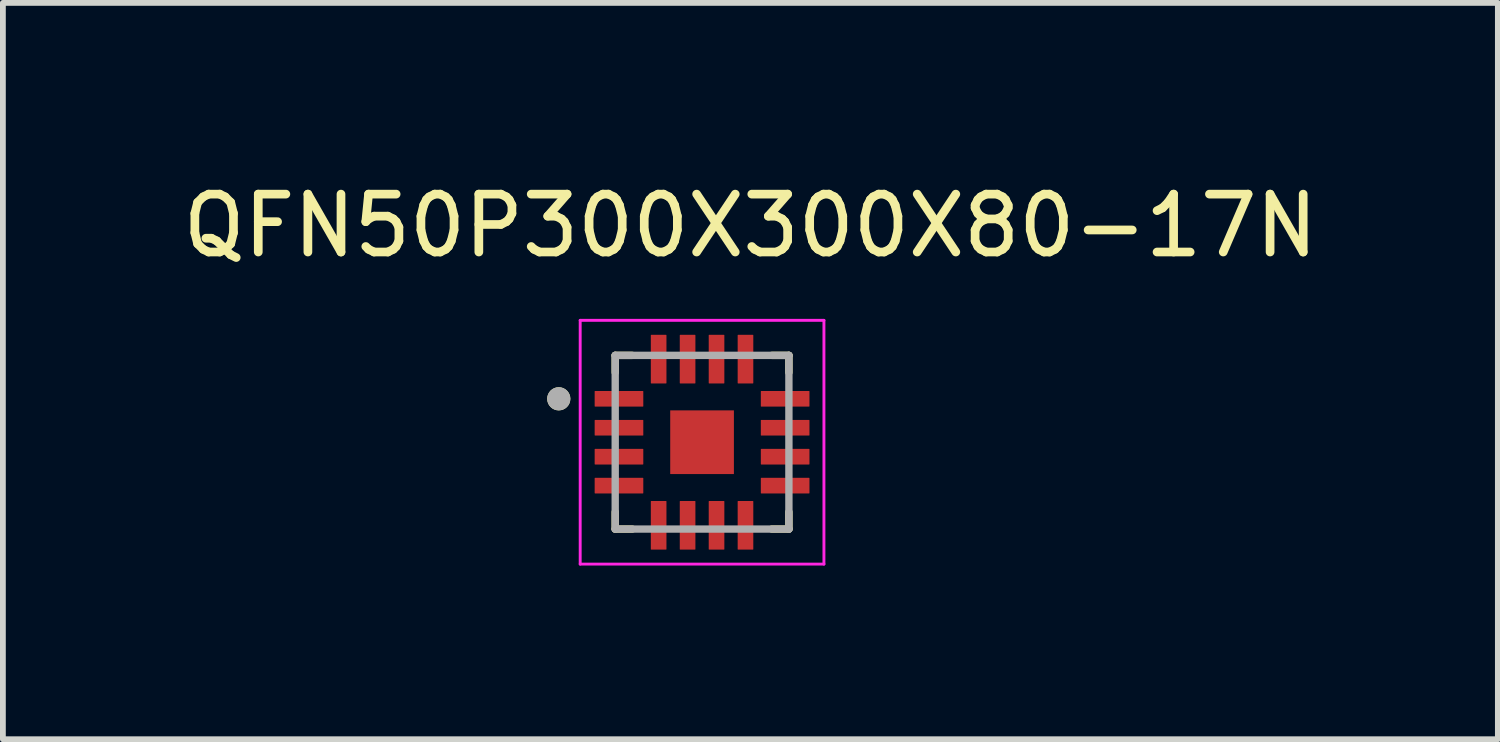
<source format=kicad_pcb>
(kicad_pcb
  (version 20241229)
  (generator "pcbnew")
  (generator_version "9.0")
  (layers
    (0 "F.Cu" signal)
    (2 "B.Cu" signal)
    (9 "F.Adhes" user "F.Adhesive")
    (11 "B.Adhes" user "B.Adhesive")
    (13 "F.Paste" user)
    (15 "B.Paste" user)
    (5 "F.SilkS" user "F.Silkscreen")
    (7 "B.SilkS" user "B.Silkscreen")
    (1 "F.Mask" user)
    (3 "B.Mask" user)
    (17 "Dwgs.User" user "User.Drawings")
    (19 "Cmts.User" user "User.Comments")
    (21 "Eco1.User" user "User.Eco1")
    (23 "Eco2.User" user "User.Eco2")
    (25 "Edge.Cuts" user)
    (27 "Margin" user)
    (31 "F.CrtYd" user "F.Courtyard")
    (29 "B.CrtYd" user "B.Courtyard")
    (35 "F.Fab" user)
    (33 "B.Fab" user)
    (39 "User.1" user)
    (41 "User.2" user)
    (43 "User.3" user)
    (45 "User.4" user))
  (footprint "QFN50P300X300X80-17N"
    (layer "F.Cu")
    (at 9.076 4.588)
    (property "Reference" "QFN50P300X300X80-17N" (at 0.835 -3.74 0) (layer "F.SilkS") (effects (font (size 1 1) (thickness 0.15))))
    (attr smd)
    (fp_line (start -1.5 -1.5) (end -1.5 -1.205) (stroke (width 0.127) (type solid)) (layer "F.SilkS"))
    (fp_line (start -1.5 -1.5) (end -1.205 -1.5) (stroke (width 0.127) (type solid)) (layer "F.SilkS"))
    (fp_line (start -1.5 1.5) (end -1.5 1.205) (stroke (width 0.127) (type solid)) (layer "F.SilkS"))
    (fp_line (start -1.5 1.5) (end -1.205 1.5) (stroke (width 0.127) (type solid)) (layer "F.SilkS"))
    (fp_line (start 1.5 -1.5) (end 1.205 -1.5) (stroke (width 0.127) (type solid)) (layer "F.SilkS"))
    (fp_line (start 1.5 -1.5) (end 1.5 -1.205) (stroke (width 0.127) (type solid)) (layer "F.SilkS"))
    (fp_line (start 1.5 1.5) (end 1.205 1.5) (stroke (width 0.127) (type solid)) (layer "F.SilkS"))
    (fp_line (start 1.5 1.5) (end 1.5 1.205) (stroke (width 0.127) (type solid)) (layer "F.SilkS"))
    (fp_circle (center -2.475 -0.75) (end -2.375 -0.75) (stroke (width 0.2) (type solid)) (fill no) (layer "F.SilkS"))
    (fp_poly (pts (xy -0.35 -0.35) (xy 0.35 -0.35) (xy 0.35 0.35) (xy -0.35 0.35)) (stroke (width 0.01) (type solid)) (fill yes) (layer "F.Paste"))
    (fp_line (start -2.105 -2.105) (end 2.105 -2.105) (stroke (width 0.05) (type solid)) (layer "F.CrtYd"))
    (fp_line (start -2.105 2.105) (end -2.105 -2.105) (stroke (width 0.05) (type solid)) (layer "F.CrtYd"))
    (fp_line (start -2.105 2.105) (end 2.105 2.105) (stroke (width 0.05) (type solid)) (layer "F.CrtYd"))
    (fp_line (start 2.105 2.105) (end 2.105 -2.105) (stroke (width 0.05) (type solid)) (layer "F.CrtYd"))
    (fp_line (start -1.5 1.5) (end -1.5 -1.5) (stroke (width 0.127) (type solid)) (layer "F.Fab"))
    (fp_line (start 1.5 -1.5) (end -1.5 -1.5) (stroke (width 0.127) (type solid)) (layer "F.Fab"))
    (fp_line (start 1.5 1.5) (end -1.5 1.5) (stroke (width 0.127) (type solid)) (layer "F.Fab"))
    (fp_line (start 1.5 1.5) (end 1.5 -1.5) (stroke (width 0.127) (type solid)) (layer "F.Fab"))
    (fp_circle (center -2.475 -0.75) (end -2.375 -0.75) (stroke (width 0.2) (type solid)) (fill no) (layer "F.Fab"))
    (pad "1" smd roundrect (at -1.435 -0.75) (size 0.84 0.27) (layers "F.Cu" "F.Mask" "F.Paste") (roundrect_rratio 0.03))
    (pad "2" smd roundrect (at -1.435 -0.25) (size 0.84 0.27) (layers "F.Cu" "F.Mask" "F.Paste") (roundrect_rratio 0.03))
    (pad "3" smd roundrect (at -1.435 0.25) (size 0.84 0.27) (layers "F.Cu" "F.Mask" "F.Paste") (roundrect_rratio 0.03))
    (pad "4" smd roundrect (at -1.435 0.75) (size 0.84 0.27) (layers "F.Cu" "F.Mask" "F.Paste") (roundrect_rratio 0.03))
    (pad "5" smd roundrect (at -0.75 1.435 90) (size 0.84 0.27) (layers "F.Cu" "F.Mask" "F.Paste") (roundrect_rratio 0.03))
    (pad "6" smd roundrect (at -0.25 1.435 90) (size 0.84 0.27) (layers "F.Cu" "F.Mask" "F.Paste") (roundrect_rratio 0.03))
    (pad "7" smd roundrect (at 0.25 1.435 90) (size 0.84 0.27) (layers "F.Cu" "F.Mask" "F.Paste") (roundrect_rratio 0.03))
    (pad "8" smd roundrect (at 0.75 1.435 90) (size 0.84 0.27) (layers "F.Cu" "F.Mask" "F.Paste") (roundrect_rratio 0.03))
    (pad "9" smd roundrect (at 1.435 0.75) (size 0.84 0.27) (layers "F.Cu" "F.Mask" "F.Paste") (roundrect_rratio 0.03))
    (pad "10" smd roundrect (at 1.435 0.25) (size 0.84 0.27) (layers "F.Cu" "F.Mask" "F.Paste") (roundrect_rratio 0.03))
    (pad "11" smd roundrect (at 1.435 -0.25) (size 0.84 0.27) (layers "F.Cu" "F.Mask" "F.Paste") (roundrect_rratio 0.03))
    (pad "12" smd roundrect (at 1.435 -0.75) (size 0.84 0.27) (layers "F.Cu" "F.Mask" "F.Paste") (roundrect_rratio 0.03))
    (pad "13" smd roundrect (at 0.75 -1.435 90) (size 0.84 0.27) (layers "F.Cu" "F.Mask" "F.Paste") (roundrect_rratio 0.03))
    (pad "14" smd roundrect (at 0.25 -1.435 90) (size 0.84 0.27) (layers "F.Cu" "F.Mask" "F.Paste") (roundrect_rratio 0.03))
    (pad "15" smd roundrect (at -0.25 -1.435 90) (size 0.84 0.27) (layers "F.Cu" "F.Mask" "F.Paste") (roundrect_rratio 0.03))
    (pad "16" smd roundrect (at -0.75 -1.435 90) (size 0.84 0.27) (layers "F.Cu" "F.Mask" "F.Paste") (roundrect_rratio 0.03))
    (pad "17" smd rect (at 0 0) (size 1.1 1.1) (layers "F.Cu" "F.Mask")))
  (gr_rect
    (start -3 -3)
    (end 22.821 9.718)
    (stroke (width 0.1) (type default))
    (fill no)
    (layer "Edge.Cuts")))
</source>
